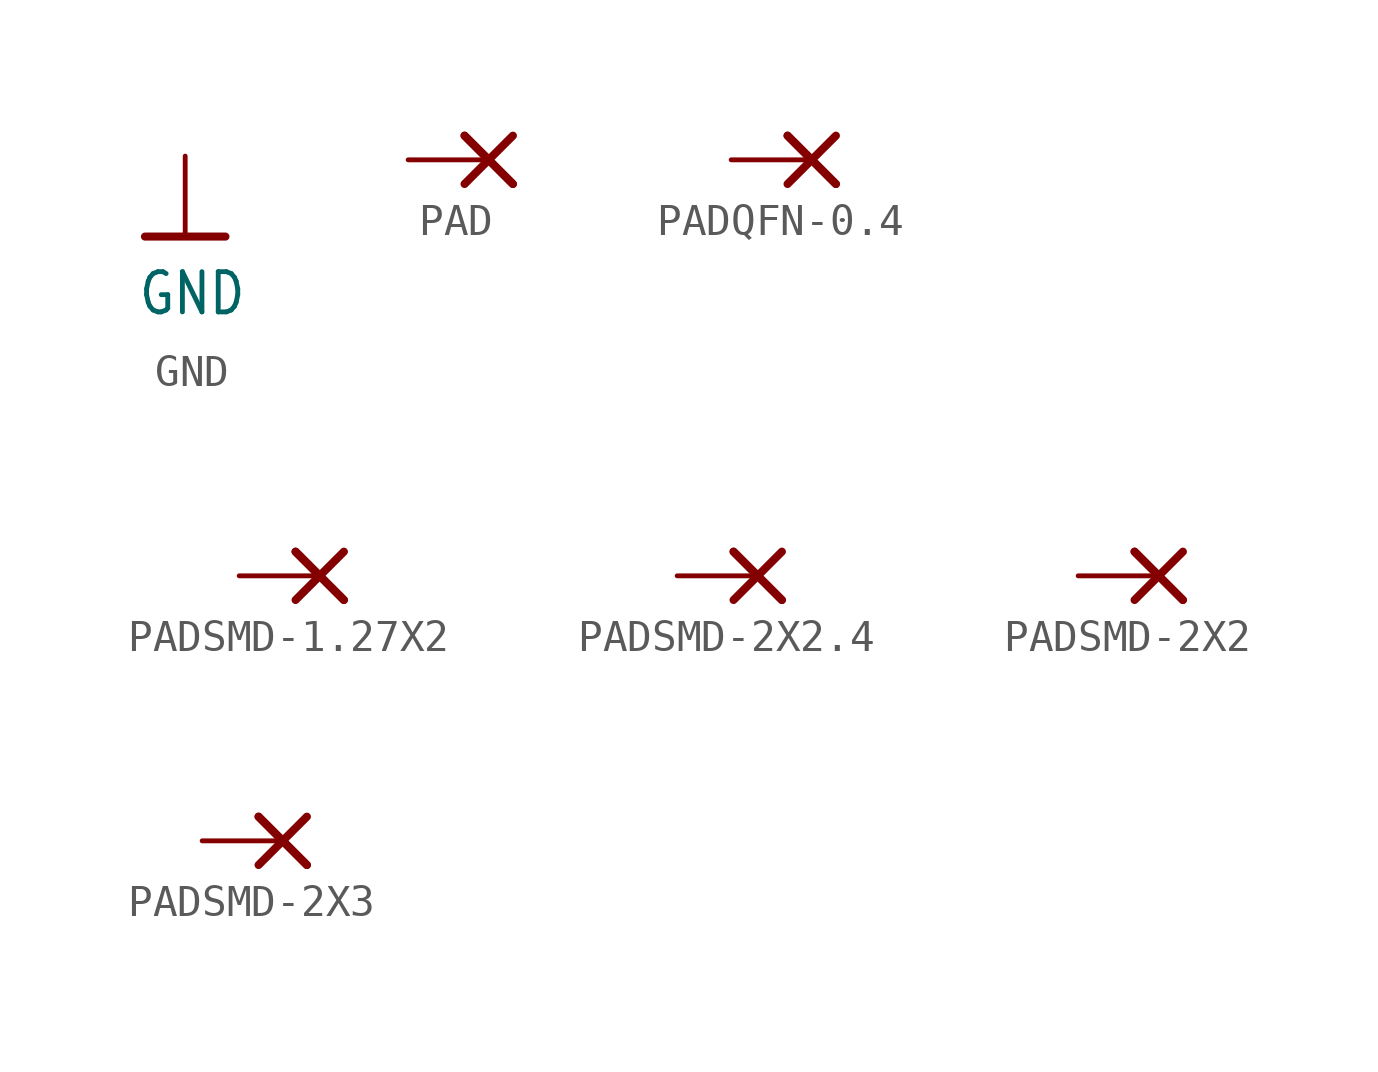
<source format=kicad_sym>
(kicad_symbol_lib
  (version 20201005)
  (generator kicad_symbol_editor)
  (symbol "GND"
    (power)
    (property "Reference" ""
      (at 0 0 0)
      (effects (font (size 1.27 1.27)) hide))
    (property "Value" "GND"
      (at -1.524 -2.54 0)
      (effects (font (size 1.27 1.079)) (justify left bottom)))
    (property "ki_locked" ""
      (at 0 0 0)
      (effects (font (size 1.27 1.27))))
    (symbol "GND_1_0"
      (polyline (pts (xy -1.27 0) (xy 1.27 0)) (stroke (width 0.254)) (fill (type none)))
      (pin power_in line (at 0 2.54 270) (length 2.54) (name "GND" (effects (font (size 0 0)))) (number "1" (effects (font (size 0 0)))))))
  (symbol "PAD"
    (property "Reference" "PAD"
      (at 0 0 0)
      (effects (font (size 1.27 1.27)) hide))
    (property "ki_locked" ""
      (at 0 0 0)
      (effects (font (size 1.27 1.27))))
    (symbol "PAD_1_0"
      (polyline (pts (xy -0.762 0.762) (xy 0.762 -0.762)) (stroke (width 0.254)) (fill (type none)))
      (polyline (pts (xy -0.762 0.762) (xy 0.762 -0.762)) (stroke (width 0.254)) (fill (type none)))
      (polyline (pts (xy -0.762 -0.762) (xy 0.762 0.762)) (stroke (width 0.254)) (fill (type none)))
      (pin passive line (at -2.54 0 0) (length 2.54) (name "P$1" (effects (font (size 0 0)))) (number "P$1" (effects (font (size 0 0)))))))
  (symbol "PADQFN-0.4"
    (property "Reference" "PAD"
      (at 0 0 0)
      (effects (font (size 1.27 1.27)) hide))
    (property "ki_locked" ""
      (at 0 0 0)
      (effects (font (size 1.27 1.27))))
    (symbol "PADQFN-0.4_1_0"
      (polyline (pts (xy -0.762 0.762) (xy 0.762 -0.762)) (stroke (width 0.254)) (fill (type none)))
      (polyline (pts (xy -0.762 0.762) (xy 0.762 -0.762)) (stroke (width 0.254)) (fill (type none)))
      (polyline (pts (xy -0.762 -0.762) (xy 0.762 0.762)) (stroke (width 0.254)) (fill (type none)))
      (pin passive line (at -2.54 0 0) (length 2.54) (name "P$1" (effects (font (size 0 0)))) (number "1" (effects (font (size 0 0)))))))
  (symbol "PADSMD-1.27X2"
    (property "Reference" "PAD"
      (at 0 0 0)
      (effects (font (size 1.27 1.27)) hide))
    (property "ki_locked" ""
      (at 0 0 0)
      (effects (font (size 1.27 1.27))))
    (symbol "PADSMD-1.27X2_1_0"
      (polyline (pts (xy -0.762 0.762) (xy 0.762 -0.762)) (stroke (width 0.254)) (fill (type none)))
      (polyline (pts (xy -0.762 0.762) (xy 0.762 -0.762)) (stroke (width 0.254)) (fill (type none)))
      (polyline (pts (xy -0.762 -0.762) (xy 0.762 0.762)) (stroke (width 0.254)) (fill (type none)))
      (pin passive line (at -2.54 0 0) (length 2.54) (name "P$1" (effects (font (size 0 0)))) (number "1" (effects (font (size 0 0)))))))
  (symbol "PADSMD-2X2.4"
    (property "Reference" "PAD"
      (at 0 0 0)
      (effects (font (size 1.27 1.27)) hide))
    (property "ki_locked" ""
      (at 0 0 0)
      (effects (font (size 1.27 1.27))))
    (symbol "PADSMD-2X2.4_1_0"
      (polyline (pts (xy -0.762 0.762) (xy 0.762 -0.762)) (stroke (width 0.254)) (fill (type none)))
      (polyline (pts (xy -0.762 0.762) (xy 0.762 -0.762)) (stroke (width 0.254)) (fill (type none)))
      (polyline (pts (xy -0.762 -0.762) (xy 0.762 0.762)) (stroke (width 0.254)) (fill (type none)))
      (pin passive line (at -2.54 0 0) (length 2.54) (name "P$1" (effects (font (size 0 0)))) (number "1" (effects (font (size 0 0)))))))
  (symbol "PADSMD-2X2"
    (property "Reference" "PAD"
      (at 0 0 0)
      (effects (font (size 1.27 1.27)) hide))
    (property "ki_locked" ""
      (at 0 0 0)
      (effects (font (size 1.27 1.27))))
    (symbol "PADSMD-2X2_1_0"
      (polyline (pts (xy -0.762 0.762) (xy 0.762 -0.762)) (stroke (width 0.254)) (fill (type none)))
      (polyline (pts (xy -0.762 0.762) (xy 0.762 -0.762)) (stroke (width 0.254)) (fill (type none)))
      (polyline (pts (xy -0.762 -0.762) (xy 0.762 0.762)) (stroke (width 0.254)) (fill (type none)))
      (pin passive line (at -2.54 0 0) (length 2.54) (name "P$1" (effects (font (size 0 0)))) (number "1" (effects (font (size 0 0)))))))
  (symbol "PADSMD-2X3"
    (property "Reference" "PAD"
      (at 0 0 0)
      (effects (font (size 1.27 1.27)) hide))
    (property "ki_locked" ""
      (at 0 0 0)
      (effects (font (size 1.27 1.27))))
    (symbol "PADSMD-2X3_1_0"
      (polyline (pts (xy -0.762 0.762) (xy 0.762 -0.762)) (stroke (width 0.254)) (fill (type none)))
      (polyline (pts (xy -0.762 0.762) (xy 0.762 -0.762)) (stroke (width 0.254)) (fill (type none)))
      (polyline (pts (xy -0.762 -0.762) (xy 0.762 0.762)) (stroke (width 0.254)) (fill (type none)))
      (pin passive line (at -2.54 0 0) (length 2.54) (name "P$1" (effects (font (size 0 0)))) (number "1" (effects (font (size 0 0))))))))
</source>
